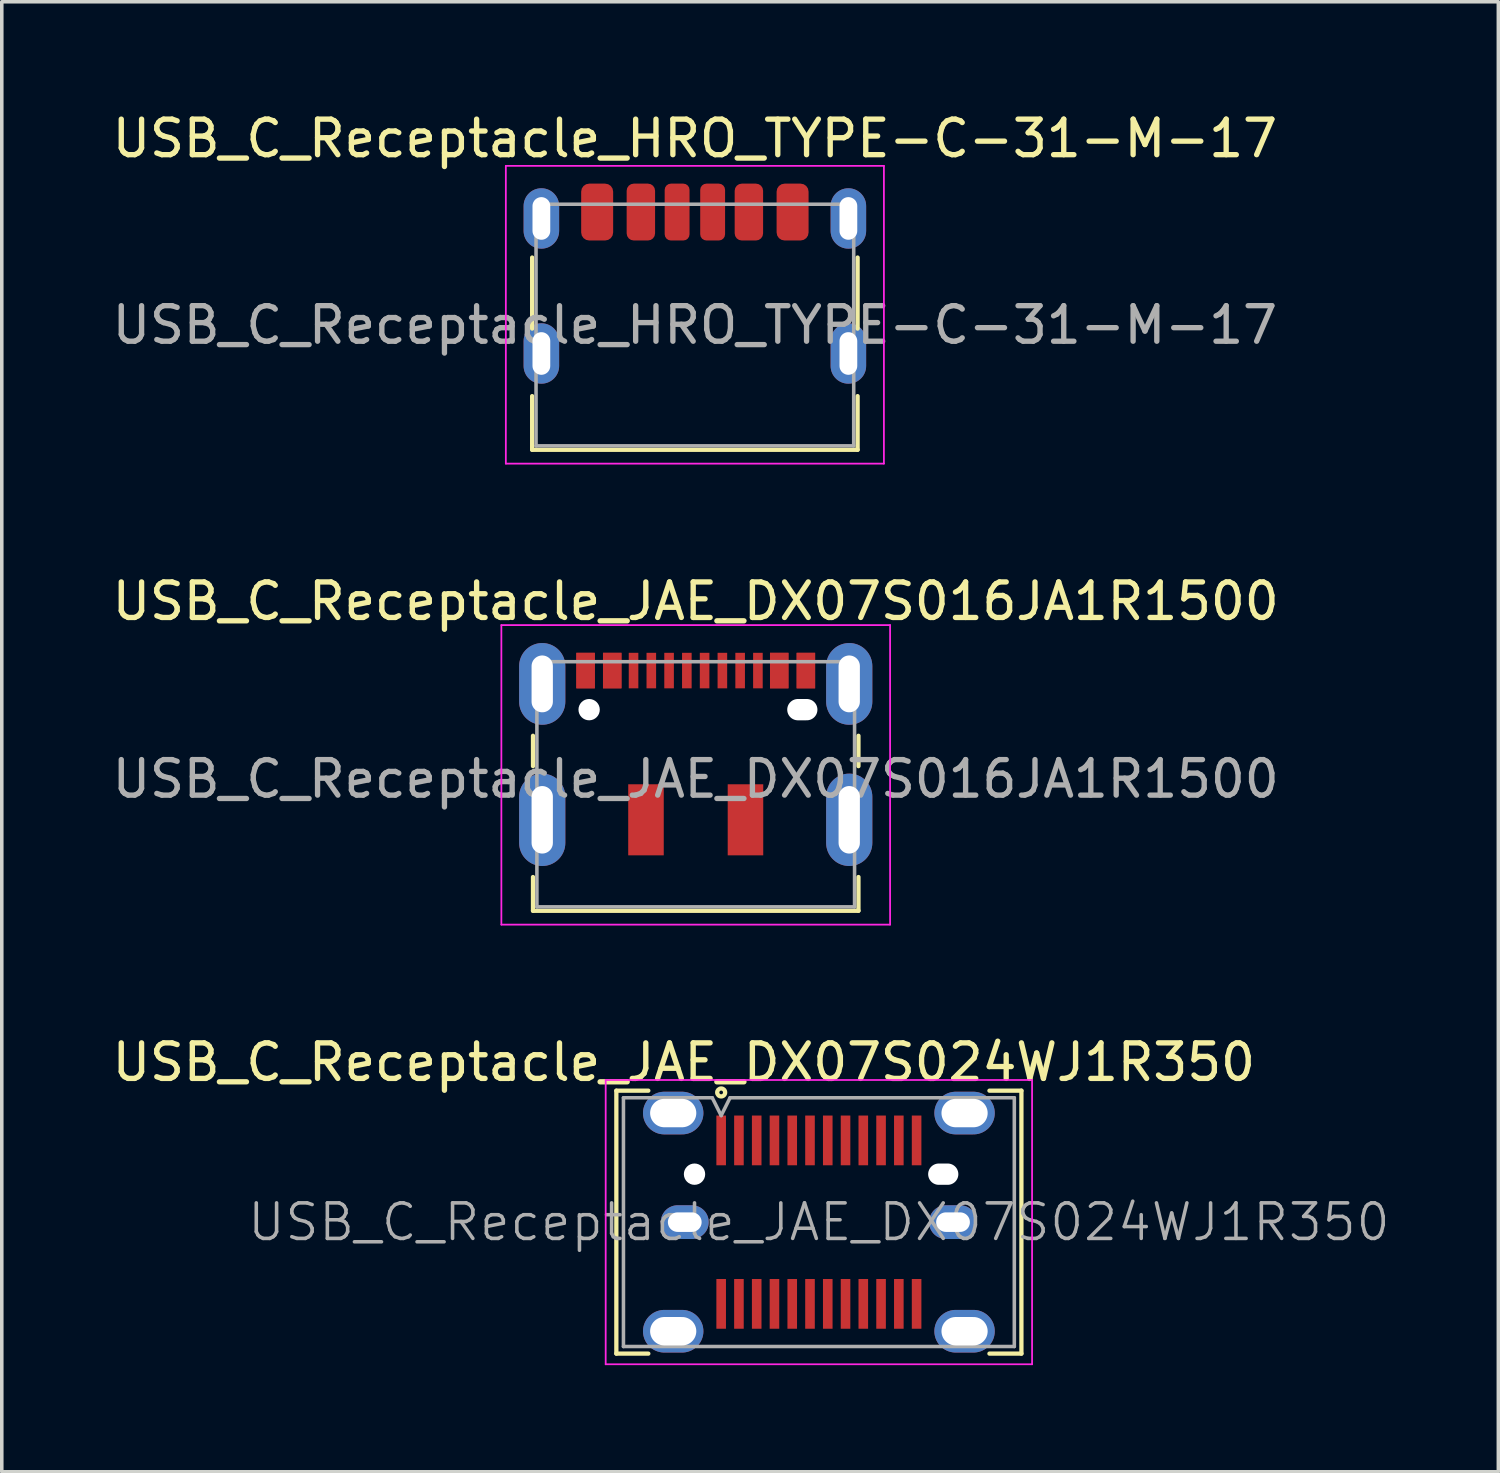
<source format=kicad_pcb>
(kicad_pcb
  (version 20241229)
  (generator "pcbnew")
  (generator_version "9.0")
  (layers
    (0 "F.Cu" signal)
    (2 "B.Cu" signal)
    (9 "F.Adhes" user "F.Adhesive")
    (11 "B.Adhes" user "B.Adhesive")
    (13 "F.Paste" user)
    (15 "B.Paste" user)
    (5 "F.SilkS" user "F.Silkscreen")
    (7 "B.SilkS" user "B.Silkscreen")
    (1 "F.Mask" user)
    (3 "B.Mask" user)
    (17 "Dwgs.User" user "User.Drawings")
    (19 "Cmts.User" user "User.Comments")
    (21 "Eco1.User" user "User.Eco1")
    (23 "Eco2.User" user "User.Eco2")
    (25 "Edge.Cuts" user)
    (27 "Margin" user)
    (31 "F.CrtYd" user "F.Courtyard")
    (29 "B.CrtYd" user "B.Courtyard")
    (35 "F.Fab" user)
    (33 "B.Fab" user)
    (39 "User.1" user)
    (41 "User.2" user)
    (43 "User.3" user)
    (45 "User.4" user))
  (footprint "USB_C_Receptacle_HRO_TYPE-C-31-M-17"
    (layer "F.Cu")
    (at 16.506 6.098)
    (property "Reference" "USB_C_Receptacle_HRO_TYPE-C-31-M-17" (at 0 -5.25 0) (layer "F.SilkS") (effects (font (size 1 1) (thickness 0.15))))
    (attr smd)
    (fp_line (start -4.58 -1.9) (end -4.58 0.1) (stroke (width 0.12) (type solid)) (layer "F.SilkS"))
    (fp_line (start -4.58 2) (end -4.58 3.51) (stroke (width 0.12) (type solid)) (layer "F.SilkS"))
    (fp_line (start -4.58 3.51) (end 4.58 3.51) (stroke (width 0.12) (type solid)) (layer "F.SilkS"))
    (fp_line (start 4.58 -1.9) (end 4.58 0.1) (stroke (width 0.12) (type solid)) (layer "F.SilkS"))
    (fp_line (start 4.58 2) (end 4.58 3.51) (stroke (width 0.12) (type solid)) (layer "F.SilkS"))
    (fp_line (start -5.32 -4.48) (end -5.32 3.9) (stroke (width 0.05) (type solid)) (layer "F.CrtYd"))
    (fp_line (start -5.32 -4.48) (end 5.32 -4.48) (stroke (width 0.05) (type solid)) (layer "F.CrtYd"))
    (fp_line (start -5.32 3.9) (end 5.32 3.9) (stroke (width 0.05) (type solid)) (layer "F.CrtYd"))
    (fp_line (start 5.32 -4.48) (end 5.32 3.9) (stroke (width 0.05) (type solid)) (layer "F.CrtYd"))
    (fp_line (start -4.47 -3.4) (end -4.47 3.4) (stroke (width 0.1) (type solid)) (layer "F.Fab"))
    (fp_line (start -4.47 -3.4) (end 4.47 -3.4) (stroke (width 0.1) (type solid)) (layer "F.Fab"))
    (fp_line (start -4.47 3.4) (end 4.47 3.4) (stroke (width 0.1) (type solid)) (layer "F.Fab"))
    (fp_line (start 4.47 -3.4) (end 4.47 3.4) (stroke (width 0.1) (type solid)) (layer "F.Fab"))
    (fp_text user "${REFERENCE}" (at 0 0 0) (layer "F.Fab") (effects (font (size 1 1) (thickness 0.15))))
    (pad "A5" smd roundrect (at -0.5 -3.18) (size 0.7 1.6) (layers "F.Cu" "F.Mask" "F.Paste") (roundrect_rratio 0.25))
    (pad "A9" smd roundrect (at 1.52 -3.18) (size 0.8 1.6) (layers "F.Cu" "F.Mask" "F.Paste") (roundrect_rratio 0.25))
    (pad "A12" smd roundrect (at 2.75 -3.18) (size 0.9 1.6) (layers "F.Cu" "F.Mask" "F.Paste") (roundrect_rratio 0.25))
    (pad "B5" smd roundrect (at 0.5 -3.18) (size 0.7 1.6) (layers "F.Cu" "F.Mask" "F.Paste") (roundrect_rratio 0.25))
    (pad "B9" smd roundrect (at -1.52 -3.18) (size 0.8 1.6) (layers "F.Cu" "F.Mask" "F.Paste") (roundrect_rratio 0.25))
    (pad "B12" smd roundrect (at -2.75 -3.18) (size 0.9 1.6) (layers "F.Cu" "F.Mask" "F.Paste") (roundrect_rratio 0.25))
    (pad "S1" thru_hole oval (at -4.32 -3) (size 1 1.7) (drill oval 0.5 1.2) (layers "*.Cu" "*.Mask"))
    (pad "S1" thru_hole oval (at -4.32 0.8) (size 1 1.7) (drill oval 0.5 1.2) (layers "*.Cu" "*.Mask"))
    (pad "S1" thru_hole oval (at 4.32 -3) (size 1 1.7) (drill oval 0.5 1.2) (layers "*.Cu" "*.Mask"))
    (pad "S1" thru_hole oval (at 4.32 0.8) (size 1 1.7) (drill oval 0.5 1.2) (layers "*.Cu" "*.Mask")))
  (footprint "USB_C_Receptacle_JAE_DX07S024WJ1R350"
    (layer "F.Cu")
    (at 19.996 31.345)
    (property "Reference" "USB_C_Receptacle_JAE_DX07S024WJ1R350" (at -3.8 -4.5 0) (layer "F.SilkS") (effects (font (size 1 1) (thickness 0.15))))
    (attr smd)
    (fp_line (start -5.7 -3.7) (end -5.7 3.7) (stroke (width 0.12) (type solid)) (layer "F.SilkS"))
    (fp_line (start -5.7 -3.7) (end -4.8 -3.7) (stroke (width 0.12) (type solid)) (layer "F.SilkS"))
    (fp_line (start -5.7 3.7) (end -4.8 3.7) (stroke (width 0.12) (type solid)) (layer "F.SilkS"))
    (fp_line (start 4.8 -3.7) (end 5.7 -3.7) (stroke (width 0.12) (type solid)) (layer "F.SilkS"))
    (fp_line (start 4.8 3.7) (end 5.7 3.7) (stroke (width 0.12) (type solid)) (layer "F.SilkS"))
    (fp_line (start 5.7 -3.7) (end 5.7 3.7) (stroke (width 0.12) (type solid)) (layer "F.SilkS"))
    (fp_circle (center -2.75 -3.65) (end -2.638 -3.65) (stroke (width 0.12) (type solid)) (fill no) (layer "F.SilkS"))
    (fp_line (start -6 -4) (end 6 -4) (stroke (width 0.05) (type solid)) (layer "F.CrtYd"))
    (fp_line (start -6 4) (end -6 -4) (stroke (width 0.05) (type solid)) (layer "F.CrtYd"))
    (fp_line (start 6 -4) (end 6 4) (stroke (width 0.05) (type solid)) (layer "F.CrtYd"))
    (fp_line (start 6 4) (end -6 4) (stroke (width 0.05) (type solid)) (layer "F.CrtYd"))
    (fp_line (start -5.5 -3.5) (end -3 -3.5) (stroke (width 0.1) (type solid)) (layer "F.Fab"))
    (fp_line (start -5.5 3.5) (end -5.5 -3.5) (stroke (width 0.1) (type solid)) (layer "F.Fab"))
    (fp_line (start -5.5 3.5) (end 5.5 3.5) (stroke (width 0.1) (type solid)) (layer "F.Fab"))
    (fp_line (start -3 -3.5) (end -2.75 -3) (stroke (width 0.1) (type solid)) (layer "F.Fab"))
    (fp_line (start -2.75 -3) (end -2.5 -3.5) (stroke (width 0.1) (type solid)) (layer "F.Fab"))
    (fp_line (start 5.5 -3.5) (end -2.5 -3.5) (stroke (width 0.1) (type solid)) (layer "F.Fab"))
    (fp_line (start 5.5 3.5) (end 5.5 -3.5) (stroke (width 0.1) (type solid)) (layer "F.Fab"))
    (fp_text user "${REFERENCE}" (at 0 0 0) (layer "F.Fab") (effects (font (size 1 1) (thickness 0.1))))
    (pad "" np_thru_hole circle (at -3.5 -1.35) (size 0.6 0.6) (drill 0.6) (layers "*.Cu" "*.Mask"))
    (pad "" np_thru_hole oval (at 3.5 -1.35) (size 0.85 0.6) (drill oval 0.85 0.6) (layers "*.Cu" "*.Mask"))
    (pad "A1" smd rect (at -2.75 -2.3) (size 0.27 1.4) (layers "F.Cu" "F.Mask" "F.Paste"))
    (pad "A2" smd rect (at -2.25 -2.3) (size 0.27 1.4) (layers "F.Cu" "F.Mask" "F.Paste"))
    (pad "A3" smd rect (at -1.75 -2.3) (size 0.27 1.4) (layers "F.Cu" "F.Mask" "F.Paste"))
    (pad "A4" smd rect (at -1.25 -2.3) (size 0.27 1.4) (layers "F.Cu" "F.Mask" "F.Paste"))
    (pad "A5" smd rect (at -0.75 -2.3) (size 0.27 1.4) (layers "F.Cu" "F.Mask" "F.Paste"))
    (pad "A6" smd rect (at -0.25 -2.3) (size 0.27 1.4) (layers "F.Cu" "F.Mask" "F.Paste"))
    (pad "A7" smd rect (at 0.25 -2.3) (size 0.27 1.4) (layers "F.Cu" "F.Mask" "F.Paste"))
    (pad "A8" smd rect (at 0.75 -2.3) (size 0.27 1.4) (layers "F.Cu" "F.Mask" "F.Paste"))
    (pad "A9" smd rect (at 1.25 -2.3) (size 0.27 1.4) (layers "F.Cu" "F.Mask" "F.Paste"))
    (pad "A10" smd rect (at 1.75 -2.3) (size 0.27 1.4) (layers "F.Cu" "F.Mask" "F.Paste"))
    (pad "A11" smd rect (at 2.25 -2.3) (size 0.27 1.4) (layers "F.Cu" "F.Mask" "F.Paste"))
    (pad "A12" smd rect (at 2.75 -2.3) (size 0.27 1.4) (layers "F.Cu" "F.Mask" "F.Paste"))
    (pad "B1" smd rect (at 2.75 2.3) (size 0.27 1.4) (layers "F.Cu" "F.Mask" "F.Paste"))
    (pad "B2" smd rect (at 2.25 2.3) (size 0.27 1.4) (layers "F.Cu" "F.Mask" "F.Paste"))
    (pad "B3" smd rect (at 1.75 2.3) (size 0.27 1.4) (layers "F.Cu" "F.Mask" "F.Paste"))
    (pad "B4" smd rect (at 1.25 2.3) (size 0.27 1.4) (layers "F.Cu" "F.Mask" "F.Paste"))
    (pad "B5" smd rect (at 0.75 2.3) (size 0.27 1.4) (layers "F.Cu" "F.Mask" "F.Paste"))
    (pad "B6" smd rect (at 0.25 2.3) (size 0.27 1.4) (layers "F.Cu" "F.Mask" "F.Paste"))
    (pad "B7" smd rect (at -0.25 2.3) (size 0.27 1.4) (layers "F.Cu" "F.Mask" "F.Paste"))
    (pad "B8" smd rect (at -0.75 2.3) (size 0.27 1.4) (layers "F.Cu" "F.Mask" "F.Paste"))
    (pad "B9" smd rect (at -1.25 2.3) (size 0.27 1.4) (layers "F.Cu" "F.Mask" "F.Paste"))
    (pad "B10" smd rect (at -1.75 2.3) (size 0.27 1.4) (layers "F.Cu" "F.Mask" "F.Paste"))
    (pad "B11" smd rect (at -2.25 2.3) (size 0.27 1.4) (layers "F.Cu" "F.Mask" "F.Paste"))
    (pad "B12" smd rect (at -2.75 2.3) (size 0.27 1.4) (layers "F.Cu" "F.Mask" "F.Paste"))
    (pad "S1" thru_hole oval (at -4.1 -3.07 90) (size 1.2 1.7) (drill oval 0.8 1.3) (layers "*.Cu" "*.Mask"))
    (pad "S1" thru_hole oval (at -4.1 3.07 90) (size 1.2 1.7) (drill oval 0.8 1.3) (layers "*.Cu" "*.Mask"))
    (pad "S1" thru_hole oval (at -3.775 0 90) (size 0.95 1.35) (drill oval 0.55 0.95) (layers "*.Cu" "*.Mask"))
    (pad "S1" thru_hole oval (at 3.775 0 90) (size 0.95 1.35) (drill oval 0.55 0.95) (layers "*.Cu" "*.Mask"))
    (pad "S1" thru_hole oval (at 4.1 -3.07 90) (size 1.2 1.7) (drill oval 0.8 1.3) (layers "*.Cu" "*.Mask"))
    (pad "S1" thru_hole oval (at 4.1 3.07 90) (size 1.2 1.7) (drill oval 0.8 1.3) (layers "*.Cu" "*.Mask")))
  (footprint "USB_C_Receptacle_JAE_DX07S016JA1R1500"
    (layer "F.Cu")
    (at 16.53 18.872)
    (property "Reference" "USB_C_Receptacle_JAE_DX07S016JA1R1500" (at 0 -5 0) (layer "F.SilkS") (effects (font (size 1 1) (thickness 0.15))))
    (attr smd)
    (fp_line (start -4.58 -1.215) (end -4.58 -0.36) (stroke (width 0.12) (type solid)) (layer "F.SilkS"))
    (fp_line (start -4.58 2.76) (end -4.58 3.71) (stroke (width 0.12) (type solid)) (layer "F.SilkS"))
    (fp_line (start -4.58 3.71) (end 4.58 3.71) (stroke (width 0.12) (type solid)) (layer "F.SilkS"))
    (fp_line (start 4.58 -1.215) (end 4.58 -0.36) (stroke (width 0.12) (type solid)) (layer "F.SilkS"))
    (fp_line (start 4.58 2.76) (end 4.58 3.71) (stroke (width 0.12) (type solid)) (layer "F.SilkS"))
    (fp_line (start -5.47 -4.33) (end -5.47 4.1) (stroke (width 0.05) (type solid)) (layer "F.CrtYd"))
    (fp_line (start -5.47 -4.33) (end 5.47 -4.33) (stroke (width 0.05) (type solid)) (layer "F.CrtYd"))
    (fp_line (start -5.47 4.1) (end 5.47 4.1) (stroke (width 0.05) (type solid)) (layer "F.CrtYd"))
    (fp_line (start 5.47 -4.33) (end 5.47 4.1) (stroke (width 0.05) (type solid)) (layer "F.CrtYd"))
    (fp_line (start -4.47 -3.3) (end -4.47 3.6) (stroke (width 0.1) (type solid)) (layer "F.Fab"))
    (fp_line (start -4.47 -3.3) (end 4.47 -3.3) (stroke (width 0.1) (type solid)) (layer "F.Fab"))
    (fp_line (start -4.47 3.6) (end 4.47 3.6) (stroke (width 0.1) (type solid)) (layer "F.Fab"))
    (fp_line (start 4.47 -3.3) (end 4.47 3.6) (stroke (width 0.1) (type solid)) (layer "F.Fab"))
    (fp_text user "${REFERENCE}" (at 0 0 0) (layer "F.Fab") (effects (font (size 1 1) (thickness 0.15))))
    (pad "" np_thru_hole circle (at -3 -1.95) (size 0.6 0.6) (drill 0.6) (layers "*.Cu" "*.Mask"))
    (pad "" smd rect (at -1.4 1.15) (size 1 2) (layers "F.Cu" "F.Mask" "F.Paste"))
    (pad "" smd rect (at 1.4 1.15) (size 1 2) (layers "F.Cu" "F.Mask" "F.Paste"))
    (pad "" np_thru_hole oval (at 3 -1.95) (size 0.85 0.6) (drill oval 0.85 0.6) (layers "*.Cu" "*.Mask"))
    (pad "A1" smd rect (at -3.1 -3.05) (size 0.52 1) (layers "F.Cu" "F.Mask" "F.Paste"))
    (pad "A4" smd rect (at -2.35 -3.05) (size 0.52 1) (layers "F.Cu" "F.Mask" "F.Paste"))
    (pad "A5" smd rect (at -1.75 -3.05) (size 0.27 1) (layers "F.Cu" "F.Mask" "F.Paste"))
    (pad "A6" smd rect (at -0.25 -3.05) (size 0.27 1) (layers "F.Cu" "F.Mask" "F.Paste"))
    (pad "A7" smd rect (at 0.75 -3.05) (size 0.27 1) (layers "F.Cu" "F.Mask" "F.Paste"))
    (pad "A8" smd rect (at 1.75 -3.05) (size 0.27 1) (layers "F.Cu" "F.Mask" "F.Paste"))
    (pad "A9" smd rect (at 2.35 -3.05) (size 0.52 1) (layers "F.Cu" "F.Mask" "F.Paste"))
    (pad "A12" smd rect (at 3.1 -3.05) (size 0.52 1) (layers "F.Cu" "F.Mask" "F.Paste"))
    (pad "B1" smd rect (at 3.1 -3.05) (size 0.52 1) (layers "F.Cu" "F.Mask" "F.Paste"))
    (pad "B4" smd rect (at 2.35 -3.05) (size 0.52 1) (layers "F.Cu" "F.Mask" "F.Paste"))
    (pad "B5" smd rect (at 1.25 -3.05) (size 0.27 1) (layers "F.Cu" "F.Mask" "F.Paste"))
    (pad "B6" smd rect (at 0.25 -3.05) (size 0.27 1) (layers "F.Cu" "F.Mask" "F.Paste"))
    (pad "B7" smd rect (at -0.75 -3.05) (size 0.27 1) (layers "F.Cu" "F.Mask" "F.Paste"))
    (pad "B8" smd rect (at -1.25 -3.05) (size 0.27 1) (layers "F.Cu" "F.Mask" "F.Paste"))
    (pad "B9" smd rect (at -2.35 -3.05) (size 0.52 1) (layers "F.Cu" "F.Mask" "F.Paste"))
    (pad "B12" smd rect (at -3.1 -3.05) (size 0.52 1) (layers "F.Cu" "F.Mask" "F.Paste"))
    (pad "S1" thru_hole oval (at -4.32 -2.675) (size 1.3 2.3) (drill oval 0.6 1.6) (layers "*.Cu" "*.Mask"))
    (pad "S1" thru_hole oval (at -4.32 1.15) (size 1.3 2.6) (drill oval 0.6 1.9) (layers "*.Cu" "*.Mask"))
    (pad "S1" thru_hole oval (at 4.32 -2.675) (size 1.3 2.3) (drill oval 0.6 1.6) (layers "*.Cu" "*.Mask"))
    (pad "S1" thru_hole oval (at 4.32 1.15) (size 1.3 2.6) (drill oval 0.6 1.9) (layers "*.Cu" "*.Mask")))
  (gr_rect
    (start -3 -3)
    (end 39.118 38.37)
    (stroke (width 0.1) (type default))
    (fill no)
    (layer "Edge.Cuts")))
</source>
